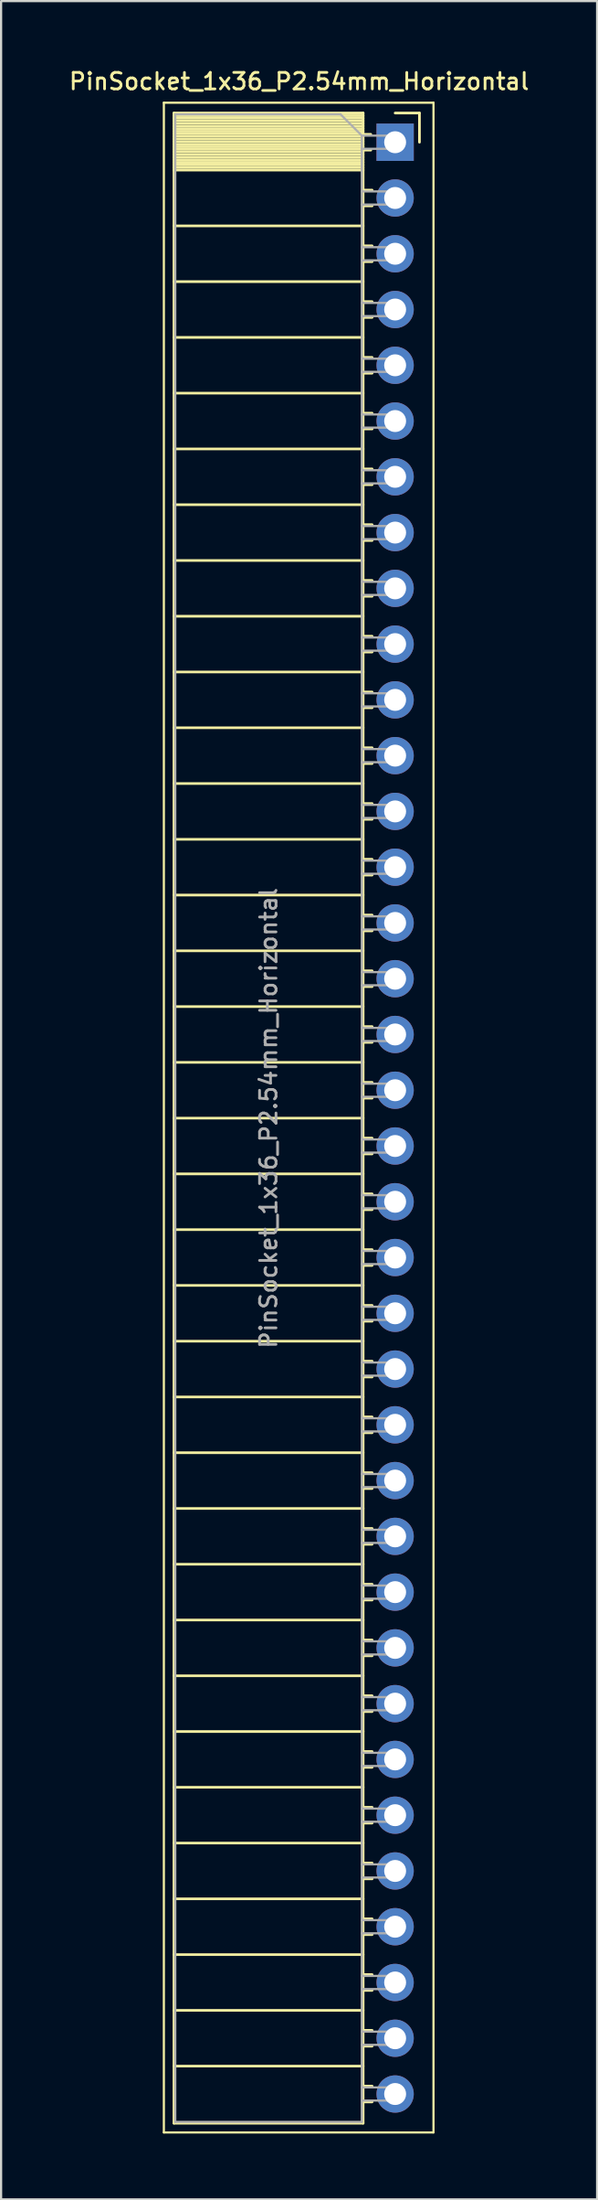
<source format=kicad_pcb>
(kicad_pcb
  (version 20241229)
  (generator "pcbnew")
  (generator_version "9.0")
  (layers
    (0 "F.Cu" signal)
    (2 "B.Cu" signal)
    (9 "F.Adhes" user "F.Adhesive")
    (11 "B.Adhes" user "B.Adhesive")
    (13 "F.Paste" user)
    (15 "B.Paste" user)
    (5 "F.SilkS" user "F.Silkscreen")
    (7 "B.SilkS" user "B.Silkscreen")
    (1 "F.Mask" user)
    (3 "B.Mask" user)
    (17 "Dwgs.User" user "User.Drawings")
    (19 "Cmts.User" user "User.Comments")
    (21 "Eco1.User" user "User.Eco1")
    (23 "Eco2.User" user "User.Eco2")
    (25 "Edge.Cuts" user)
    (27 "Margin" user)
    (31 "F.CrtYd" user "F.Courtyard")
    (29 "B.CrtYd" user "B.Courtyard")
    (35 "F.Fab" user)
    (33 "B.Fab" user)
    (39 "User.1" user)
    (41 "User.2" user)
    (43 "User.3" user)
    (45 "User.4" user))
  (footprint "PinSocket_1x36_P2.54mm_Horizontal"
    (layer "F.Cu")
    (at 14.975 3.428)
    (property "Reference" "PinSocket_1x36_P2.54mm_Horizontal" (at -4.38 -2.77 0) (layer "F.SilkS") (effects (font (size 0.75 0.75) (thickness 0.125))))
    (attr through_hole)
    (fp_line (start -10.55 -1.8) (end -10.55 90.65) (stroke (width 0.1) (type solid)) (layer "F.SilkS"))
    (fp_line (start -10.55 90.65) (end 1.75 90.65) (stroke (width 0.1) (type solid)) (layer "F.SilkS"))
    (fp_line (start -10.09 -1.33) (end -10.09 90.23) (stroke (width 0.12) (type solid)) (layer "F.SilkS"))
    (fp_line (start -10.09 -1.33) (end -1.46 -1.33) (stroke (width 0.12) (type solid)) (layer "F.SilkS"))
    (fp_line (start -10.09 -1.21) (end -1.46 -1.21) (stroke (width 0.12) (type solid)) (layer "F.SilkS"))
    (fp_line (start -10.09 -1.092) (end -1.46 -1.092) (stroke (width 0.12) (type solid)) (layer "F.SilkS"))
    (fp_line (start -10.09 -0.974) (end -1.46 -0.974) (stroke (width 0.12) (type solid)) (layer "F.SilkS"))
    (fp_line (start -10.09 -0.856) (end -1.46 -0.856) (stroke (width 0.12) (type solid)) (layer "F.SilkS"))
    (fp_line (start -10.09 -0.738) (end -1.46 -0.738) (stroke (width 0.12) (type solid)) (layer "F.SilkS"))
    (fp_line (start -10.09 -0.62) (end -1.46 -0.62) (stroke (width 0.12) (type solid)) (layer "F.SilkS"))
    (fp_line (start -10.09 -0.501) (end -1.46 -0.501) (stroke (width 0.12) (type solid)) (layer "F.SilkS"))
    (fp_line (start -10.09 -0.383) (end -1.46 -0.383) (stroke (width 0.12) (type solid)) (layer "F.SilkS"))
    (fp_line (start -10.09 -0.265) (end -1.46 -0.265) (stroke (width 0.12) (type solid)) (layer "F.SilkS"))
    (fp_line (start -10.09 -0.147) (end -1.46 -0.147) (stroke (width 0.12) (type solid)) (layer "F.SilkS"))
    (fp_line (start -10.09 -0.029) (end -1.46 -0.029) (stroke (width 0.12) (type solid)) (layer "F.SilkS"))
    (fp_line (start -10.09 0.089) (end -1.46 0.089) (stroke (width 0.12) (type solid)) (layer "F.SilkS"))
    (fp_line (start -10.09 0.207) (end -1.46 0.207) (stroke (width 0.12) (type solid)) (layer "F.SilkS"))
    (fp_line (start -10.09 0.325) (end -1.46 0.325) (stroke (width 0.12) (type solid)) (layer "F.SilkS"))
    (fp_line (start -10.09 0.443) (end -1.46 0.443) (stroke (width 0.12) (type solid)) (layer "F.SilkS"))
    (fp_line (start -10.09 0.561) (end -1.46 0.561) (stroke (width 0.12) (type solid)) (layer "F.SilkS"))
    (fp_line (start -10.09 0.68) (end -1.46 0.68) (stroke (width 0.12) (type solid)) (layer "F.SilkS"))
    (fp_line (start -10.09 0.798) (end -1.46 0.798) (stroke (width 0.12) (type solid)) (layer "F.SilkS"))
    (fp_line (start -10.09 0.916) (end -1.46 0.916) (stroke (width 0.12) (type solid)) (layer "F.SilkS"))
    (fp_line (start -10.09 1.034) (end -1.46 1.034) (stroke (width 0.12) (type solid)) (layer "F.SilkS"))
    (fp_line (start -10.09 1.152) (end -1.46 1.152) (stroke (width 0.12) (type solid)) (layer "F.SilkS"))
    (fp_line (start -10.09 1.27) (end -1.46 1.27) (stroke (width 0.12) (type solid)) (layer "F.SilkS"))
    (fp_line (start -10.09 3.81) (end -1.46 3.81) (stroke (width 0.12) (type solid)) (layer "F.SilkS"))
    (fp_line (start -10.09 6.35) (end -1.46 6.35) (stroke (width 0.12) (type solid)) (layer "F.SilkS"))
    (fp_line (start -10.09 8.89) (end -1.46 8.89) (stroke (width 0.12) (type solid)) (layer "F.SilkS"))
    (fp_line (start -10.09 11.43) (end -1.46 11.43) (stroke (width 0.12) (type solid)) (layer "F.SilkS"))
    (fp_line (start -10.09 13.97) (end -1.46 13.97) (stroke (width 0.12) (type solid)) (layer "F.SilkS"))
    (fp_line (start -10.09 16.51) (end -1.46 16.51) (stroke (width 0.12) (type solid)) (layer "F.SilkS"))
    (fp_line (start -10.09 19.05) (end -1.46 19.05) (stroke (width 0.12) (type solid)) (layer "F.SilkS"))
    (fp_line (start -10.09 21.59) (end -1.46 21.59) (stroke (width 0.12) (type solid)) (layer "F.SilkS"))
    (fp_line (start -10.09 24.13) (end -1.46 24.13) (stroke (width 0.12) (type solid)) (layer "F.SilkS"))
    (fp_line (start -10.09 26.67) (end -1.46 26.67) (stroke (width 0.12) (type solid)) (layer "F.SilkS"))
    (fp_line (start -10.09 29.21) (end -1.46 29.21) (stroke (width 0.12) (type solid)) (layer "F.SilkS"))
    (fp_line (start -10.09 31.75) (end -1.46 31.75) (stroke (width 0.12) (type solid)) (layer "F.SilkS"))
    (fp_line (start -10.09 34.29) (end -1.46 34.29) (stroke (width 0.12) (type solid)) (layer "F.SilkS"))
    (fp_line (start -10.09 36.83) (end -1.46 36.83) (stroke (width 0.12) (type solid)) (layer "F.SilkS"))
    (fp_line (start -10.09 39.37) (end -1.46 39.37) (stroke (width 0.12) (type solid)) (layer "F.SilkS"))
    (fp_line (start -10.09 41.91) (end -1.46 41.91) (stroke (width 0.12) (type solid)) (layer "F.SilkS"))
    (fp_line (start -10.09 44.45) (end -1.46 44.45) (stroke (width 0.12) (type solid)) (layer "F.SilkS"))
    (fp_line (start -10.09 46.99) (end -1.46 46.99) (stroke (width 0.12) (type solid)) (layer "F.SilkS"))
    (fp_line (start -10.09 49.53) (end -1.46 49.53) (stroke (width 0.12) (type solid)) (layer "F.SilkS"))
    (fp_line (start -10.09 52.07) (end -1.46 52.07) (stroke (width 0.12) (type solid)) (layer "F.SilkS"))
    (fp_line (start -10.09 54.61) (end -1.46 54.61) (stroke (width 0.12) (type solid)) (layer "F.SilkS"))
    (fp_line (start -10.09 57.15) (end -1.46 57.15) (stroke (width 0.12) (type solid)) (layer "F.SilkS"))
    (fp_line (start -10.09 59.69) (end -1.46 59.69) (stroke (width 0.12) (type solid)) (layer "F.SilkS"))
    (fp_line (start -10.09 62.23) (end -1.46 62.23) (stroke (width 0.12) (type solid)) (layer "F.SilkS"))
    (fp_line (start -10.09 64.77) (end -1.46 64.77) (stroke (width 0.12) (type solid)) (layer "F.SilkS"))
    (fp_line (start -10.09 67.31) (end -1.46 67.31) (stroke (width 0.12) (type solid)) (layer "F.SilkS"))
    (fp_line (start -10.09 69.85) (end -1.46 69.85) (stroke (width 0.12) (type solid)) (layer "F.SilkS"))
    (fp_line (start -10.09 72.39) (end -1.46 72.39) (stroke (width 0.12) (type solid)) (layer "F.SilkS"))
    (fp_line (start -10.09 74.93) (end -1.46 74.93) (stroke (width 0.12) (type solid)) (layer "F.SilkS"))
    (fp_line (start -10.09 77.47) (end -1.46 77.47) (stroke (width 0.12) (type solid)) (layer "F.SilkS"))
    (fp_line (start -10.09 80.01) (end -1.46 80.01) (stroke (width 0.12) (type solid)) (layer "F.SilkS"))
    (fp_line (start -10.09 82.55) (end -1.46 82.55) (stroke (width 0.12) (type solid)) (layer "F.SilkS"))
    (fp_line (start -10.09 85.09) (end -1.46 85.09) (stroke (width 0.12) (type solid)) (layer "F.SilkS"))
    (fp_line (start -10.09 87.63) (end -1.46 87.63) (stroke (width 0.12) (type solid)) (layer "F.SilkS"))
    (fp_line (start -10.09 90.23) (end -1.46 90.23) (stroke (width 0.12) (type solid)) (layer "F.SilkS"))
    (fp_line (start -1.46 -1.33) (end -1.46 90.23) (stroke (width 0.12) (type solid)) (layer "F.SilkS"))
    (fp_line (start -1.46 -0.36) (end -1.11 -0.36) (stroke (width 0.12) (type solid)) (layer "F.SilkS"))
    (fp_line (start -1.46 0.36) (end -1.11 0.36) (stroke (width 0.12) (type solid)) (layer "F.SilkS"))
    (fp_line (start -1.46 2.18) (end -1.05 2.18) (stroke (width 0.12) (type solid)) (layer "F.SilkS"))
    (fp_line (start -1.46 2.9) (end -1.05 2.9) (stroke (width 0.12) (type solid)) (layer "F.SilkS"))
    (fp_line (start -1.46 4.72) (end -1.05 4.72) (stroke (width 0.12) (type solid)) (layer "F.SilkS"))
    (fp_line (start -1.46 5.44) (end -1.05 5.44) (stroke (width 0.12) (type solid)) (layer "F.SilkS"))
    (fp_line (start -1.46 7.26) (end -1.05 7.26) (stroke (width 0.12) (type solid)) (layer "F.SilkS"))
    (fp_line (start -1.46 7.98) (end -1.05 7.98) (stroke (width 0.12) (type solid)) (layer "F.SilkS"))
    (fp_line (start -1.46 9.8) (end -1.05 9.8) (stroke (width 0.12) (type solid)) (layer "F.SilkS"))
    (fp_line (start -1.46 10.52) (end -1.05 10.52) (stroke (width 0.12) (type solid)) (layer "F.SilkS"))
    (fp_line (start -1.46 12.34) (end -1.05 12.34) (stroke (width 0.12) (type solid)) (layer "F.SilkS"))
    (fp_line (start -1.46 13.06) (end -1.05 13.06) (stroke (width 0.12) (type solid)) (layer "F.SilkS"))
    (fp_line (start -1.46 14.88) (end -1.05 14.88) (stroke (width 0.12) (type solid)) (layer "F.SilkS"))
    (fp_line (start -1.46 15.6) (end -1.05 15.6) (stroke (width 0.12) (type solid)) (layer "F.SilkS"))
    (fp_line (start -1.46 17.42) (end -1.05 17.42) (stroke (width 0.12) (type solid)) (layer "F.SilkS"))
    (fp_line (start -1.46 18.14) (end -1.05 18.14) (stroke (width 0.12) (type solid)) (layer "F.SilkS"))
    (fp_line (start -1.46 19.96) (end -1.05 19.96) (stroke (width 0.12) (type solid)) (layer "F.SilkS"))
    (fp_line (start -1.46 20.68) (end -1.05 20.68) (stroke (width 0.12) (type solid)) (layer "F.SilkS"))
    (fp_line (start -1.46 22.5) (end -1.05 22.5) (stroke (width 0.12) (type solid)) (layer "F.SilkS"))
    (fp_line (start -1.46 23.22) (end -1.05 23.22) (stroke (width 0.12) (type solid)) (layer "F.SilkS"))
    (fp_line (start -1.46 25.04) (end -1.05 25.04) (stroke (width 0.12) (type solid)) (layer "F.SilkS"))
    (fp_line (start -1.46 25.76) (end -1.05 25.76) (stroke (width 0.12) (type solid)) (layer "F.SilkS"))
    (fp_line (start -1.46 27.58) (end -1.05 27.58) (stroke (width 0.12) (type solid)) (layer "F.SilkS"))
    (fp_line (start -1.46 28.3) (end -1.05 28.3) (stroke (width 0.12) (type solid)) (layer "F.SilkS"))
    (fp_line (start -1.46 30.12) (end -1.05 30.12) (stroke (width 0.12) (type solid)) (layer "F.SilkS"))
    (fp_line (start -1.46 30.84) (end -1.05 30.84) (stroke (width 0.12) (type solid)) (layer "F.SilkS"))
    (fp_line (start -1.46 32.66) (end -1.05 32.66) (stroke (width 0.12) (type solid)) (layer "F.SilkS"))
    (fp_line (start -1.46 33.38) (end -1.05 33.38) (stroke (width 0.12) (type solid)) (layer "F.SilkS"))
    (fp_line (start -1.46 35.2) (end -1.05 35.2) (stroke (width 0.12) (type solid)) (layer "F.SilkS"))
    (fp_line (start -1.46 35.92) (end -1.05 35.92) (stroke (width 0.12) (type solid)) (layer "F.SilkS"))
    (fp_line (start -1.46 37.74) (end -1.05 37.74) (stroke (width 0.12) (type solid)) (layer "F.SilkS"))
    (fp_line (start -1.46 38.46) (end -1.05 38.46) (stroke (width 0.12) (type solid)) (layer "F.SilkS"))
    (fp_line (start -1.46 40.28) (end -1.05 40.28) (stroke (width 0.12) (type solid)) (layer "F.SilkS"))
    (fp_line (start -1.46 41) (end -1.05 41) (stroke (width 0.12) (type solid)) (layer "F.SilkS"))
    (fp_line (start -1.46 42.82) (end -1.05 42.82) (stroke (width 0.12) (type solid)) (layer "F.SilkS"))
    (fp_line (start -1.46 43.54) (end -1.05 43.54) (stroke (width 0.12) (type solid)) (layer "F.SilkS"))
    (fp_line (start -1.46 45.36) (end -1.05 45.36) (stroke (width 0.12) (type solid)) (layer "F.SilkS"))
    (fp_line (start -1.46 46.08) (end -1.05 46.08) (stroke (width 0.12) (type solid)) (layer "F.SilkS"))
    (fp_line (start -1.46 47.9) (end -1.05 47.9) (stroke (width 0.12) (type solid)) (layer "F.SilkS"))
    (fp_line (start -1.46 48.62) (end -1.05 48.62) (stroke (width 0.12) (type solid)) (layer "F.SilkS"))
    (fp_line (start -1.46 50.44) (end -1.05 50.44) (stroke (width 0.12) (type solid)) (layer "F.SilkS"))
    (fp_line (start -1.46 51.16) (end -1.05 51.16) (stroke (width 0.12) (type solid)) (layer "F.SilkS"))
    (fp_line (start -1.46 52.98) (end -1.05 52.98) (stroke (width 0.12) (type solid)) (layer "F.SilkS"))
    (fp_line (start -1.46 53.7) (end -1.05 53.7) (stroke (width 0.12) (type solid)) (layer "F.SilkS"))
    (fp_line (start -1.46 55.52) (end -1.05 55.52) (stroke (width 0.12) (type solid)) (layer "F.SilkS"))
    (fp_line (start -1.46 56.24) (end -1.05 56.24) (stroke (width 0.12) (type solid)) (layer "F.SilkS"))
    (fp_line (start -1.46 58.06) (end -1.05 58.06) (stroke (width 0.12) (type solid)) (layer "F.SilkS"))
    (fp_line (start -1.46 58.78) (end -1.05 58.78) (stroke (width 0.12) (type solid)) (layer "F.SilkS"))
    (fp_line (start -1.46 60.6) (end -1.05 60.6) (stroke (width 0.12) (type solid)) (layer "F.SilkS"))
    (fp_line (start -1.46 61.32) (end -1.05 61.32) (stroke (width 0.12) (type solid)) (layer "F.SilkS"))
    (fp_line (start -1.46 63.14) (end -1.05 63.14) (stroke (width 0.12) (type solid)) (layer "F.SilkS"))
    (fp_line (start -1.46 63.86) (end -1.05 63.86) (stroke (width 0.12) (type solid)) (layer "F.SilkS"))
    (fp_line (start -1.46 65.68) (end -1.05 65.68) (stroke (width 0.12) (type solid)) (layer "F.SilkS"))
    (fp_line (start -1.46 66.4) (end -1.05 66.4) (stroke (width 0.12) (type solid)) (layer "F.SilkS"))
    (fp_line (start -1.46 68.22) (end -1.05 68.22) (stroke (width 0.12) (type solid)) (layer "F.SilkS"))
    (fp_line (start -1.46 68.94) (end -1.05 68.94) (stroke (width 0.12) (type solid)) (layer "F.SilkS"))
    (fp_line (start -1.46 70.76) (end -1.05 70.76) (stroke (width 0.12) (type solid)) (layer "F.SilkS"))
    (fp_line (start -1.46 71.48) (end -1.05 71.48) (stroke (width 0.12) (type solid)) (layer "F.SilkS"))
    (fp_line (start -1.46 73.3) (end -1.05 73.3) (stroke (width 0.12) (type solid)) (layer "F.SilkS"))
    (fp_line (start -1.46 74.02) (end -1.05 74.02) (stroke (width 0.12) (type solid)) (layer "F.SilkS"))
    (fp_line (start -1.46 75.84) (end -1.05 75.84) (stroke (width 0.12) (type solid)) (layer "F.SilkS"))
    (fp_line (start -1.46 76.56) (end -1.05 76.56) (stroke (width 0.12) (type solid)) (layer "F.SilkS"))
    (fp_line (start -1.46 78.38) (end -1.05 78.38) (stroke (width 0.12) (type solid)) (layer "F.SilkS"))
    (fp_line (start -1.46 79.1) (end -1.05 79.1) (stroke (width 0.12) (type solid)) (layer "F.SilkS"))
    (fp_line (start -1.46 80.92) (end -1.05 80.92) (stroke (width 0.12) (type solid)) (layer "F.SilkS"))
    (fp_line (start -1.46 81.64) (end -1.05 81.64) (stroke (width 0.12) (type solid)) (layer "F.SilkS"))
    (fp_line (start -1.46 83.46) (end -1.05 83.46) (stroke (width 0.12) (type solid)) (layer "F.SilkS"))
    (fp_line (start -1.46 84.18) (end -1.05 84.18) (stroke (width 0.12) (type solid)) (layer "F.SilkS"))
    (fp_line (start -1.46 86) (end -1.05 86) (stroke (width 0.12) (type solid)) (layer "F.SilkS"))
    (fp_line (start -1.46 86.72) (end -1.05 86.72) (stroke (width 0.12) (type solid)) (layer "F.SilkS"))
    (fp_line (start -1.46 88.54) (end -1.05 88.54) (stroke (width 0.12) (type solid)) (layer "F.SilkS"))
    (fp_line (start -1.46 89.26) (end -1.05 89.26) (stroke (width 0.12) (type solid)) (layer "F.SilkS"))
    (fp_line (start 0 -1.33) (end 1.11 -1.33) (stroke (width 0.12) (type solid)) (layer "F.SilkS"))
    (fp_line (start 1.11 -1.33) (end 1.11 0) (stroke (width 0.12) (type solid)) (layer "F.SilkS"))
    (fp_line (start 1.75 -1.8) (end -10.55 -1.8) (stroke (width 0.1) (type solid)) (layer "F.SilkS"))
    (fp_line (start 1.75 90.65) (end 1.75 -1.8) (stroke (width 0.1) (type solid)) (layer "F.SilkS"))
    (fp_line (start -10.03 -1.27) (end -2.49 -1.27) (stroke (width 0.1) (type solid)) (layer "F.Fab"))
    (fp_line (start -10.03 90.17) (end -10.03 -1.27) (stroke (width 0.1) (type solid)) (layer "F.Fab"))
    (fp_line (start -2.49 -1.27) (end -1.52 -0.3) (stroke (width 0.1) (type solid)) (layer "F.Fab"))
    (fp_line (start -1.52 -0.3) (end -1.52 90.17) (stroke (width 0.1) (type solid)) (layer "F.Fab"))
    (fp_line (start -1.52 0.3) (end 0 0.3) (stroke (width 0.1) (type solid)) (layer "F.Fab"))
    (fp_line (start -1.52 2.84) (end 0 2.84) (stroke (width 0.1) (type solid)) (layer "F.Fab"))
    (fp_line (start -1.52 5.38) (end 0 5.38) (stroke (width 0.1) (type solid)) (layer "F.Fab"))
    (fp_line (start -1.52 7.92) (end 0 7.92) (stroke (width 0.1) (type solid)) (layer "F.Fab"))
    (fp_line (start -1.52 10.46) (end 0 10.46) (stroke (width 0.1) (type solid)) (layer "F.Fab"))
    (fp_line (start -1.52 13) (end 0 13) (stroke (width 0.1) (type solid)) (layer "F.Fab"))
    (fp_line (start -1.52 15.54) (end 0 15.54) (stroke (width 0.1) (type solid)) (layer "F.Fab"))
    (fp_line (start -1.52 18.08) (end 0 18.08) (stroke (width 0.1) (type solid)) (layer "F.Fab"))
    (fp_line (start -1.52 20.62) (end 0 20.62) (stroke (width 0.1) (type solid)) (layer "F.Fab"))
    (fp_line (start -1.52 23.16) (end 0 23.16) (stroke (width 0.1) (type solid)) (layer "F.Fab"))
    (fp_line (start -1.52 25.7) (end 0 25.7) (stroke (width 0.1) (type solid)) (layer "F.Fab"))
    (fp_line (start -1.52 28.24) (end 0 28.24) (stroke (width 0.1) (type solid)) (layer "F.Fab"))
    (fp_line (start -1.52 30.78) (end 0 30.78) (stroke (width 0.1) (type solid)) (layer "F.Fab"))
    (fp_line (start -1.52 33.32) (end 0 33.32) (stroke (width 0.1) (type solid)) (layer "F.Fab"))
    (fp_line (start -1.52 35.86) (end 0 35.86) (stroke (width 0.1) (type solid)) (layer "F.Fab"))
    (fp_line (start -1.52 38.4) (end 0 38.4) (stroke (width 0.1) (type solid)) (layer "F.Fab"))
    (fp_line (start -1.52 40.94) (end 0 40.94) (stroke (width 0.1) (type solid)) (layer "F.Fab"))
    (fp_line (start -1.52 43.48) (end 0 43.48) (stroke (width 0.1) (type solid)) (layer "F.Fab"))
    (fp_line (start -1.52 46.02) (end 0 46.02) (stroke (width 0.1) (type solid)) (layer "F.Fab"))
    (fp_line (start -1.52 48.56) (end 0 48.56) (stroke (width 0.1) (type solid)) (layer "F.Fab"))
    (fp_line (start -1.52 51.1) (end 0 51.1) (stroke (width 0.1) (type solid)) (layer "F.Fab"))
    (fp_line (start -1.52 53.64) (end 0 53.64) (stroke (width 0.1) (type solid)) (layer "F.Fab"))
    (fp_line (start -1.52 56.18) (end 0 56.18) (stroke (width 0.1) (type solid)) (layer "F.Fab"))
    (fp_line (start -1.52 58.72) (end 0 58.72) (stroke (width 0.1) (type solid)) (layer "F.Fab"))
    (fp_line (start -1.52 61.26) (end 0 61.26) (stroke (width 0.1) (type solid)) (layer "F.Fab"))
    (fp_line (start -1.52 63.8) (end 0 63.8) (stroke (width 0.1) (type solid)) (layer "F.Fab"))
    (fp_line (start -1.52 66.34) (end 0 66.34) (stroke (width 0.1) (type solid)) (layer "F.Fab"))
    (fp_line (start -1.52 68.88) (end 0 68.88) (stroke (width 0.1) (type solid)) (layer "F.Fab"))
    (fp_line (start -1.52 71.42) (end 0 71.42) (stroke (width 0.1) (type solid)) (layer "F.Fab"))
    (fp_line (start -1.52 73.96) (end 0 73.96) (stroke (width 0.1) (type solid)) (layer "F.Fab"))
    (fp_line (start -1.52 76.5) (end 0 76.5) (stroke (width 0.1) (type solid)) (layer "F.Fab"))
    (fp_line (start -1.52 79.04) (end 0 79.04) (stroke (width 0.1) (type solid)) (layer "F.Fab"))
    (fp_line (start -1.52 81.58) (end 0 81.58) (stroke (width 0.1) (type solid)) (layer "F.Fab"))
    (fp_line (start -1.52 84.12) (end 0 84.12) (stroke (width 0.1) (type solid)) (layer "F.Fab"))
    (fp_line (start -1.52 86.66) (end 0 86.66) (stroke (width 0.1) (type solid)) (layer "F.Fab"))
    (fp_line (start -1.52 89.2) (end 0 89.2) (stroke (width 0.1) (type solid)) (layer "F.Fab"))
    (fp_line (start -1.52 90.17) (end -10.03 90.17) (stroke (width 0.1) (type solid)) (layer "F.Fab"))
    (fp_line (start 0 -0.3) (end -1.52 -0.3) (stroke (width 0.1) (type solid)) (layer "F.Fab"))
    (fp_line (start 0 0.3) (end 0 -0.3) (stroke (width 0.1) (type solid)) (layer "F.Fab"))
    (fp_line (start 0 2.24) (end -1.52 2.24) (stroke (width 0.1) (type solid)) (layer "F.Fab"))
    (fp_line (start 0 2.84) (end 0 2.24) (stroke (width 0.1) (type solid)) (layer "F.Fab"))
    (fp_line (start 0 4.78) (end -1.52 4.78) (stroke (width 0.1) (type solid)) (layer "F.Fab"))
    (fp_line (start 0 5.38) (end 0 4.78) (stroke (width 0.1) (type solid)) (layer "F.Fab"))
    (fp_line (start 0 7.32) (end -1.52 7.32) (stroke (width 0.1) (type solid)) (layer "F.Fab"))
    (fp_line (start 0 7.92) (end 0 7.32) (stroke (width 0.1) (type solid)) (layer "F.Fab"))
    (fp_line (start 0 9.86) (end -1.52 9.86) (stroke (width 0.1) (type solid)) (layer "F.Fab"))
    (fp_line (start 0 10.46) (end 0 9.86) (stroke (width 0.1) (type solid)) (layer "F.Fab"))
    (fp_line (start 0 12.4) (end -1.52 12.4) (stroke (width 0.1) (type solid)) (layer "F.Fab"))
    (fp_line (start 0 13) (end 0 12.4) (stroke (width 0.1) (type solid)) (layer "F.Fab"))
    (fp_line (start 0 14.94) (end -1.52 14.94) (stroke (width 0.1) (type solid)) (layer "F.Fab"))
    (fp_line (start 0 15.54) (end 0 14.94) (stroke (width 0.1) (type solid)) (layer "F.Fab"))
    (fp_line (start 0 17.48) (end -1.52 17.48) (stroke (width 0.1) (type solid)) (layer "F.Fab"))
    (fp_line (start 0 18.08) (end 0 17.48) (stroke (width 0.1) (type solid)) (layer "F.Fab"))
    (fp_line (start 0 20.02) (end -1.52 20.02) (stroke (width 0.1) (type solid)) (layer "F.Fab"))
    (fp_line (start 0 20.62) (end 0 20.02) (stroke (width 0.1) (type solid)) (layer "F.Fab"))
    (fp_line (start 0 22.56) (end -1.52 22.56) (stroke (width 0.1) (type solid)) (layer "F.Fab"))
    (fp_line (start 0 23.16) (end 0 22.56) (stroke (width 0.1) (type solid)) (layer "F.Fab"))
    (fp_line (start 0 25.1) (end -1.52 25.1) (stroke (width 0.1) (type solid)) (layer "F.Fab"))
    (fp_line (start 0 25.7) (end 0 25.1) (stroke (width 0.1) (type solid)) (layer "F.Fab"))
    (fp_line (start 0 27.64) (end -1.52 27.64) (stroke (width 0.1) (type solid)) (layer "F.Fab"))
    (fp_line (start 0 28.24) (end 0 27.64) (stroke (width 0.1) (type solid)) (layer "F.Fab"))
    (fp_line (start 0 30.18) (end -1.52 30.18) (stroke (width 0.1) (type solid)) (layer "F.Fab"))
    (fp_line (start 0 30.78) (end 0 30.18) (stroke (width 0.1) (type solid)) (layer "F.Fab"))
    (fp_line (start 0 32.72) (end -1.52 32.72) (stroke (width 0.1) (type solid)) (layer "F.Fab"))
    (fp_line (start 0 33.32) (end 0 32.72) (stroke (width 0.1) (type solid)) (layer "F.Fab"))
    (fp_line (start 0 35.26) (end -1.52 35.26) (stroke (width 0.1) (type solid)) (layer "F.Fab"))
    (fp_line (start 0 35.86) (end 0 35.26) (stroke (width 0.1) (type solid)) (layer "F.Fab"))
    (fp_line (start 0 37.8) (end -1.52 37.8) (stroke (width 0.1) (type solid)) (layer "F.Fab"))
    (fp_line (start 0 38.4) (end 0 37.8) (stroke (width 0.1) (type solid)) (layer "F.Fab"))
    (fp_line (start 0 40.34) (end -1.52 40.34) (stroke (width 0.1) (type solid)) (layer "F.Fab"))
    (fp_line (start 0 40.94) (end 0 40.34) (stroke (width 0.1) (type solid)) (layer "F.Fab"))
    (fp_line (start 0 42.88) (end -1.52 42.88) (stroke (width 0.1) (type solid)) (layer "F.Fab"))
    (fp_line (start 0 43.48) (end 0 42.88) (stroke (width 0.1) (type solid)) (layer "F.Fab"))
    (fp_line (start 0 45.42) (end -1.52 45.42) (stroke (width 0.1) (type solid)) (layer "F.Fab"))
    (fp_line (start 0 46.02) (end 0 45.42) (stroke (width 0.1) (type solid)) (layer "F.Fab"))
    (fp_line (start 0 47.96) (end -1.52 47.96) (stroke (width 0.1) (type solid)) (layer "F.Fab"))
    (fp_line (start 0 48.56) (end 0 47.96) (stroke (width 0.1) (type solid)) (layer "F.Fab"))
    (fp_line (start 0 50.5) (end -1.52 50.5) (stroke (width 0.1) (type solid)) (layer "F.Fab"))
    (fp_line (start 0 51.1) (end 0 50.5) (stroke (width 0.1) (type solid)) (layer "F.Fab"))
    (fp_line (start 0 53.04) (end -1.52 53.04) (stroke (width 0.1) (type solid)) (layer "F.Fab"))
    (fp_line (start 0 53.64) (end 0 53.04) (stroke (width 0.1) (type solid)) (layer "F.Fab"))
    (fp_line (start 0 55.58) (end -1.52 55.58) (stroke (width 0.1) (type solid)) (layer "F.Fab"))
    (fp_line (start 0 56.18) (end 0 55.58) (stroke (width 0.1) (type solid)) (layer "F.Fab"))
    (fp_line (start 0 58.12) (end -1.52 58.12) (stroke (width 0.1) (type solid)) (layer "F.Fab"))
    (fp_line (start 0 58.72) (end 0 58.12) (stroke (width 0.1) (type solid)) (layer "F.Fab"))
    (fp_line (start 0 60.66) (end -1.52 60.66) (stroke (width 0.1) (type solid)) (layer "F.Fab"))
    (fp_line (start 0 61.26) (end 0 60.66) (stroke (width 0.1) (type solid)) (layer "F.Fab"))
    (fp_line (start 0 63.2) (end -1.52 63.2) (stroke (width 0.1) (type solid)) (layer "F.Fab"))
    (fp_line (start 0 63.8) (end 0 63.2) (stroke (width 0.1) (type solid)) (layer "F.Fab"))
    (fp_line (start 0 65.74) (end -1.52 65.74) (stroke (width 0.1) (type solid)) (layer "F.Fab"))
    (fp_line (start 0 66.34) (end 0 65.74) (stroke (width 0.1) (type solid)) (layer "F.Fab"))
    (fp_line (start 0 68.28) (end -1.52 68.28) (stroke (width 0.1) (type solid)) (layer "F.Fab"))
    (fp_line (start 0 68.88) (end 0 68.28) (stroke (width 0.1) (type solid)) (layer "F.Fab"))
    (fp_line (start 0 70.82) (end -1.52 70.82) (stroke (width 0.1) (type solid)) (layer "F.Fab"))
    (fp_line (start 0 71.42) (end 0 70.82) (stroke (width 0.1) (type solid)) (layer "F.Fab"))
    (fp_line (start 0 73.36) (end -1.52 73.36) (stroke (width 0.1) (type solid)) (layer "F.Fab"))
    (fp_line (start 0 73.96) (end 0 73.36) (stroke (width 0.1) (type solid)) (layer "F.Fab"))
    (fp_line (start 0 75.9) (end -1.52 75.9) (stroke (width 0.1) (type solid)) (layer "F.Fab"))
    (fp_line (start 0 76.5) (end 0 75.9) (stroke (width 0.1) (type solid)) (layer "F.Fab"))
    (fp_line (start 0 78.44) (end -1.52 78.44) (stroke (width 0.1) (type solid)) (layer "F.Fab"))
    (fp_line (start 0 79.04) (end 0 78.44) (stroke (width 0.1) (type solid)) (layer "F.Fab"))
    (fp_line (start 0 80.98) (end -1.52 80.98) (stroke (width 0.1) (type solid)) (layer "F.Fab"))
    (fp_line (start 0 81.58) (end 0 80.98) (stroke (width 0.1) (type solid)) (layer "F.Fab"))
    (fp_line (start 0 83.52) (end -1.52 83.52) (stroke (width 0.1) (type solid)) (layer "F.Fab"))
    (fp_line (start 0 84.12) (end 0 83.52) (stroke (width 0.1) (type solid)) (layer "F.Fab"))
    (fp_line (start 0 86.06) (end -1.52 86.06) (stroke (width 0.1) (type solid)) (layer "F.Fab"))
    (fp_line (start 0 86.66) (end 0 86.06) (stroke (width 0.1) (type solid)) (layer "F.Fab"))
    (fp_line (start 0 88.6) (end -1.52 88.6) (stroke (width 0.1) (type solid)) (layer "F.Fab"))
    (fp_line (start 0 89.2) (end 0 88.6) (stroke (width 0.1) (type solid)) (layer "F.Fab"))
    (fp_text user "${REFERENCE}" (at -5.775 44.45 90) (layer "F.Fab") (effects (font (size 0.75 0.75) (thickness 0.125))))
    (pad "1" thru_hole rect (at 0 0) (size 1.7 1.7) (drill 1) (layers "*.Cu" "*.Mask"))
    (pad "2" thru_hole oval (at 0 2.54) (size 1.7 1.7) (drill 1) (layers "*.Cu" "*.Mask"))
    (pad "3" thru_hole oval (at 0 5.08) (size 1.7 1.7) (drill 1) (layers "*.Cu" "*.Mask"))
    (pad "4" thru_hole oval (at 0 7.62) (size 1.7 1.7) (drill 1) (layers "*.Cu" "*.Mask"))
    (pad "5" thru_hole oval (at 0 10.16) (size 1.7 1.7) (drill 1) (layers "*.Cu" "*.Mask"))
    (pad "6" thru_hole oval (at 0 12.7) (size 1.7 1.7) (drill 1) (layers "*.Cu" "*.Mask"))
    (pad "7" thru_hole oval (at 0 15.24) (size 1.7 1.7) (drill 1) (layers "*.Cu" "*.Mask"))
    (pad "8" thru_hole oval (at 0 17.78) (size 1.7 1.7) (drill 1) (layers "*.Cu" "*.Mask"))
    (pad "9" thru_hole oval (at 0 20.32) (size 1.7 1.7) (drill 1) (layers "*.Cu" "*.Mask"))
    (pad "10" thru_hole oval (at 0 22.86) (size 1.7 1.7) (drill 1) (layers "*.Cu" "*.Mask"))
    (pad "11" thru_hole oval (at 0 25.4) (size 1.7 1.7) (drill 1) (layers "*.Cu" "*.Mask"))
    (pad "12" thru_hole oval (at 0 27.94) (size 1.7 1.7) (drill 1) (layers "*.Cu" "*.Mask"))
    (pad "13" thru_hole oval (at 0 30.48) (size 1.7 1.7) (drill 1) (layers "*.Cu" "*.Mask"))
    (pad "14" thru_hole oval (at 0 33.02) (size 1.7 1.7) (drill 1) (layers "*.Cu" "*.Mask"))
    (pad "15" thru_hole oval (at 0 35.56) (size 1.7 1.7) (drill 1) (layers "*.Cu" "*.Mask"))
    (pad "16" thru_hole oval (at 0 38.1) (size 1.7 1.7) (drill 1) (layers "*.Cu" "*.Mask"))
    (pad "17" thru_hole oval (at 0 40.64) (size 1.7 1.7) (drill 1) (layers "*.Cu" "*.Mask"))
    (pad "18" thru_hole oval (at 0 43.18) (size 1.7 1.7) (drill 1) (layers "*.Cu" "*.Mask"))
    (pad "19" thru_hole oval (at 0 45.72) (size 1.7 1.7) (drill 1) (layers "*.Cu" "*.Mask"))
    (pad "20" thru_hole oval (at 0 48.26) (size 1.7 1.7) (drill 1) (layers "*.Cu" "*.Mask"))
    (pad "21" thru_hole oval (at 0 50.8) (size 1.7 1.7) (drill 1) (layers "*.Cu" "*.Mask"))
    (pad "22" thru_hole oval (at 0 53.34) (size 1.7 1.7) (drill 1) (layers "*.Cu" "*.Mask"))
    (pad "23" thru_hole oval (at 0 55.88) (size 1.7 1.7) (drill 1) (layers "*.Cu" "*.Mask"))
    (pad "24" thru_hole oval (at 0 58.42) (size 1.7 1.7) (drill 1) (layers "*.Cu" "*.Mask"))
    (pad "25" thru_hole oval (at 0 60.96) (size 1.7 1.7) (drill 1) (layers "*.Cu" "*.Mask"))
    (pad "26" thru_hole oval (at 0 63.5) (size 1.7 1.7) (drill 1) (layers "*.Cu" "*.Mask"))
    (pad "27" thru_hole oval (at 0 66.04) (size 1.7 1.7) (drill 1) (layers "*.Cu" "*.Mask"))
    (pad "28" thru_hole oval (at 0 68.58) (size 1.7 1.7) (drill 1) (layers "*.Cu" "*.Mask"))
    (pad "29" thru_hole oval (at 0 71.12) (size 1.7 1.7) (drill 1) (layers "*.Cu" "*.Mask"))
    (pad "30" thru_hole oval (at 0 73.66) (size 1.7 1.7) (drill 1) (layers "*.Cu" "*.Mask"))
    (pad "31" thru_hole oval (at 0 76.2) (size 1.7 1.7) (drill 1) (layers "*.Cu" "*.Mask"))
    (pad "32" thru_hole oval (at 0 78.74) (size 1.7 1.7) (drill 1) (layers "*.Cu" "*.Mask"))
    (pad "33" thru_hole oval (at 0 81.28) (size 1.7 1.7) (drill 1) (layers "*.Cu" "*.Mask"))
    (pad "34" thru_hole oval (at 0 83.82) (size 1.7 1.7) (drill 1) (layers "*.Cu" "*.Mask"))
    (pad "35" thru_hole oval (at 0 86.36) (size 1.7 1.7) (drill 1) (layers "*.Cu" "*.Mask"))
    (pad "36" thru_hole oval (at 0 88.9) (size 1.7 1.7) (drill 1) (layers "*.Cu" "*.Mask")))
  (gr_rect
    (start -3 -3)
    (end 24.189 97.128)
    (stroke (width 0.1) (type default))
    (fill no)
    (layer "Edge.Cuts")))
</source>
